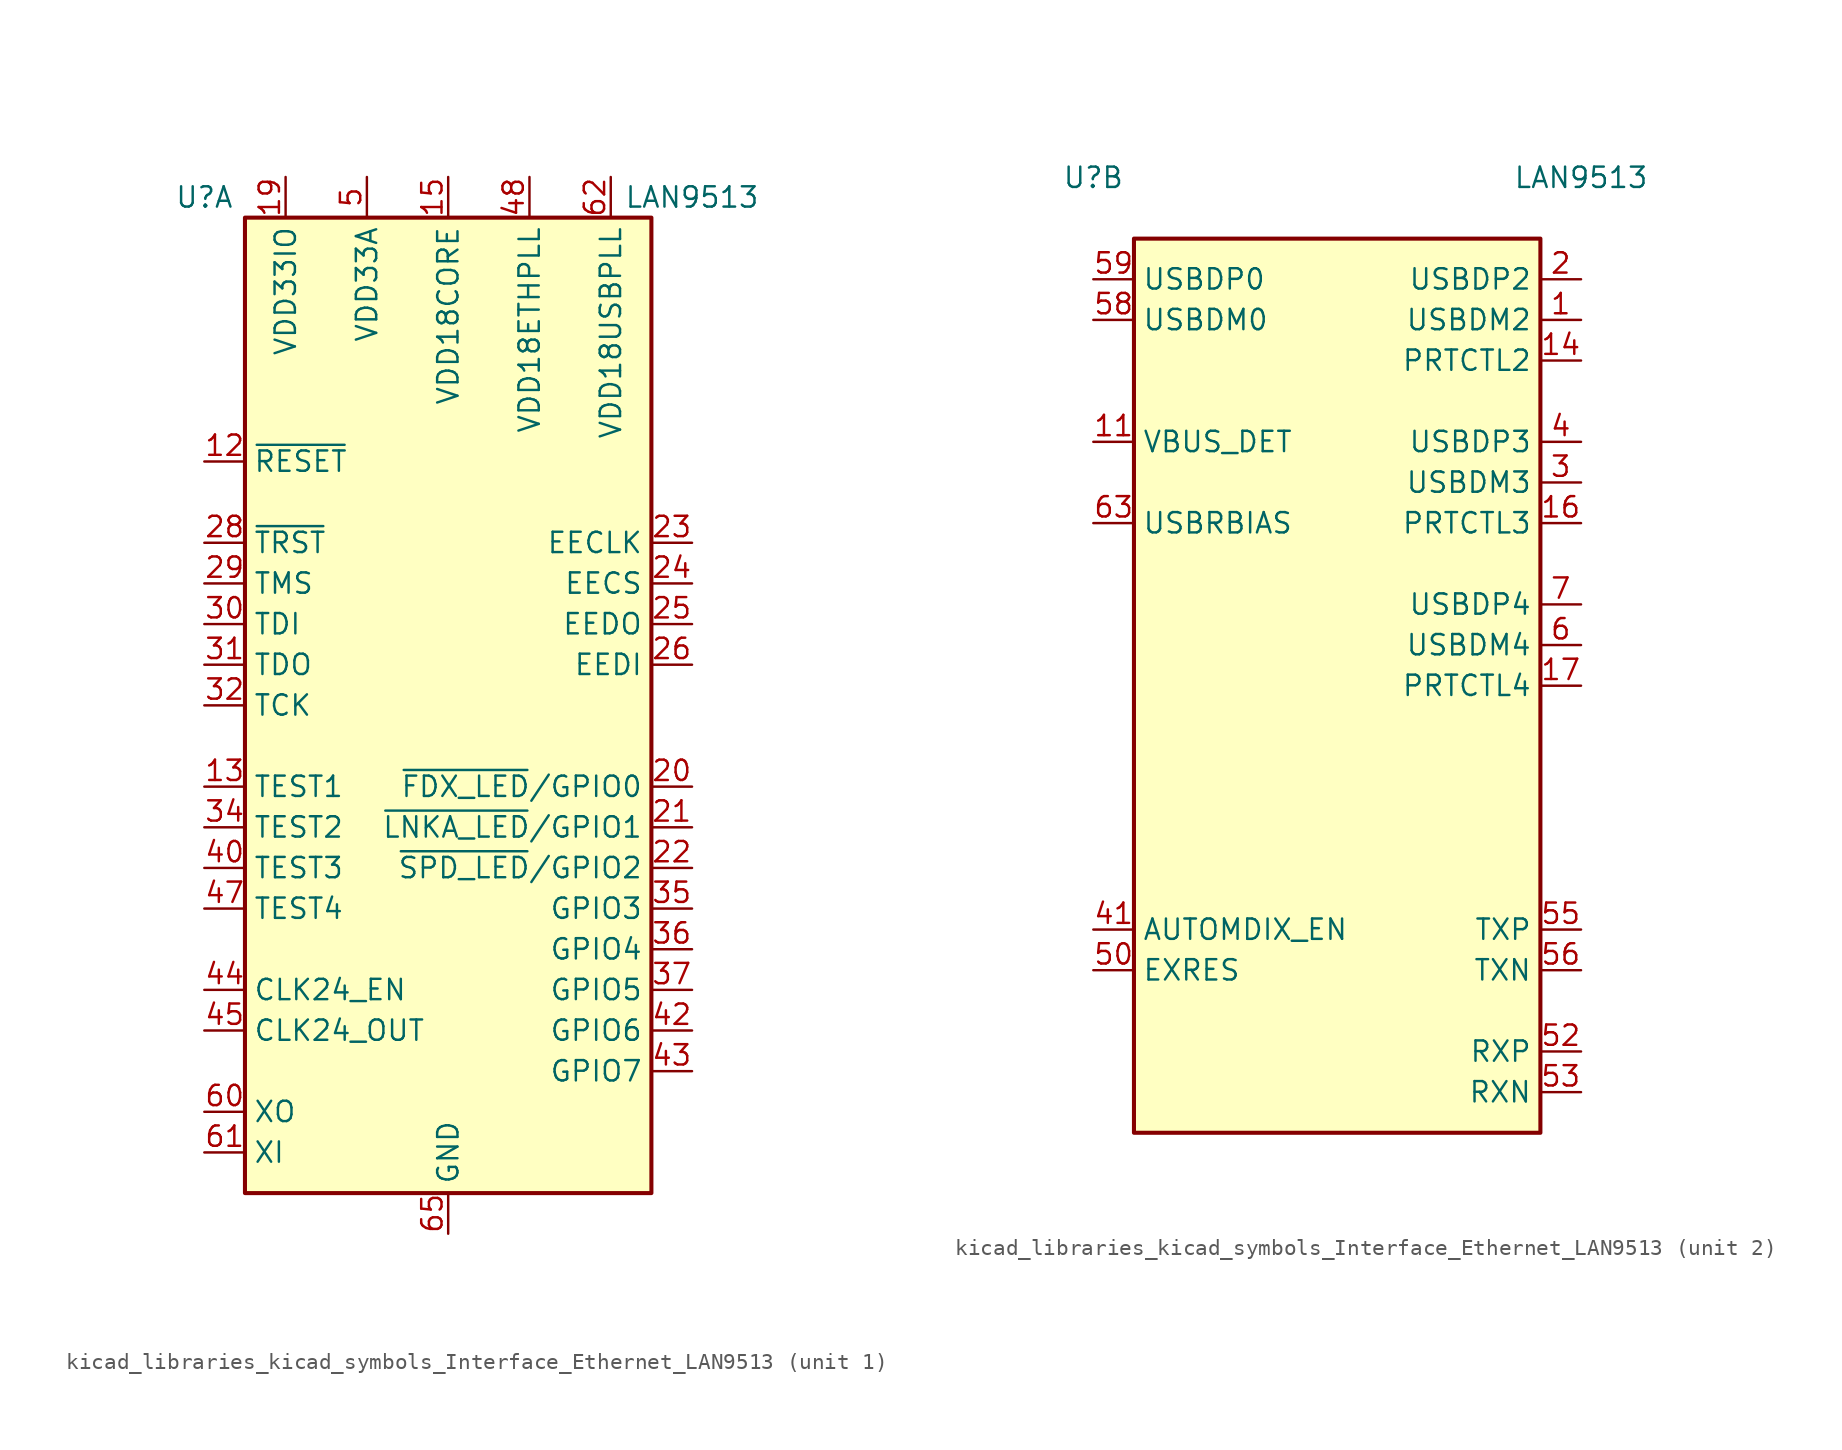
<source format=kicad_sym>
(kicad_symbol_lib
  (version 20220914)
  (generator kicad_symbol_editor)
  (symbol "kicad_libraries_kicad_symbols_Interface_Ethernet_LAN9513"
    (property "Reference" "U"
      (at -15.24 31.75 0)
      (effects (font (size 1.27 1.27))))
    (property "Value" "LAN9513"
      (at 15.24 31.75 0)
      (effects (font (size 1.27 1.27))))
    (property "ki_locked" ""
      (at 0 0 0)
      (effects (font (size 1.27 1.27))))
    (symbol "kicad_libraries_kicad_symbols_Interface_Ethernet_LAN9513_1_1"
      (rectangle (start -12.7 30.48) (end 12.7 -30.48) (stroke (width 0.254) (type default)) (fill (type background)))
      (pin passive line (at -5.08 33.02 270) (length 2.54) hide (name "VDD33A" (effects (font (size 1.27 1.27)))) (number "10" (effects (font (size 1.27 1.27)))))
      (pin input line (at -15.24 15.24 0) (length 2.54) (name "~{RESET}" (effects (font (size 1.27 1.27)))) (number "12" (effects (font (size 1.27 1.27)))))
      (pin input line (at -15.24 -5.08 0) (length 2.54) (name "TEST1" (effects (font (size 1.27 1.27)))) (number "13" (effects (font (size 1.27 1.27)))))
      (pin power_in line (at 0 33.02 270) (length 2.54) (name "VDD18CORE" (effects (font (size 1.27 1.27)))) (number "15" (effects (font (size 1.27 1.27)))))
      (pin power_in line (at -10.16 33.02 270) (length 2.54) (name "VDD33IO" (effects (font (size 1.27 1.27)))) (number "19" (effects (font (size 1.27 1.27)))))
      (pin bidirectional line (at 15.24 -5.08 180) (length 2.54) (name "~{FDX_LED}/GPIO0" (effects (font (size 1.27 1.27)))) (number "20" (effects (font (size 1.27 1.27)))))
      (pin bidirectional line (at 15.24 -7.62 180) (length 2.54) (name "~{LNKA_LED}/GPIO1" (effects (font (size 1.27 1.27)))) (number "21" (effects (font (size 1.27 1.27)))))
      (pin bidirectional line (at 15.24 -10.16 180) (length 2.54) (name "~{SPD_LED}/GPIO2" (effects (font (size 1.27 1.27)))) (number "22" (effects (font (size 1.27 1.27)))))
      (pin output line (at 15.24 10.16 180) (length 2.54) (name "EECLK" (effects (font (size 1.27 1.27)))) (number "23" (effects (font (size 1.27 1.27)))))
      (pin output line (at 15.24 7.62 180) (length 2.54) (name "EECS" (effects (font (size 1.27 1.27)))) (number "24" (effects (font (size 1.27 1.27)))))
      (pin output line (at 15.24 5.08 180) (length 2.54) (name "EEDO" (effects (font (size 1.27 1.27)))) (number "25" (effects (font (size 1.27 1.27)))))
      (pin input line (at 15.24 2.54 180) (length 2.54) (name "EEDI" (effects (font (size 1.27 1.27)))) (number "26" (effects (font (size 1.27 1.27)))))
      (pin passive line (at -10.16 33.02 270) (length 2.54) hide (name "VDD33IO" (effects (font (size 1.27 1.27)))) (number "27" (effects (font (size 1.27 1.27)))))
      (pin input line (at -15.24 10.16 0) (length 2.54) (name "~{TRST}" (effects (font (size 1.27 1.27)))) (number "28" (effects (font (size 1.27 1.27)))))
      (pin input line (at -15.24 7.62 0) (length 2.54) (name "TMS" (effects (font (size 1.27 1.27)))) (number "29" (effects (font (size 1.27 1.27)))))
      (pin input line (at -15.24 5.08 0) (length 2.54) (name "TDI" (effects (font (size 1.27 1.27)))) (number "30" (effects (font (size 1.27 1.27)))))
      (pin output line (at -15.24 2.54 0) (length 2.54) (name "TDO" (effects (font (size 1.27 1.27)))) (number "31" (effects (font (size 1.27 1.27)))))
      (pin input line (at -15.24 0 0) (length 2.54) (name "TCK" (effects (font (size 1.27 1.27)))) (number "32" (effects (font (size 1.27 1.27)))))
      (pin passive line (at -10.16 33.02 270) (length 2.54) hide (name "VDD33IO" (effects (font (size 1.27 1.27)))) (number "33" (effects (font (size 1.27 1.27)))))
      (pin input line (at -15.24 -7.62 0) (length 2.54) (name "TEST2" (effects (font (size 1.27 1.27)))) (number "34" (effects (font (size 1.27 1.27)))))
      (pin bidirectional line (at 15.24 -12.7 180) (length 2.54) (name "GPIO3" (effects (font (size 1.27 1.27)))) (number "35" (effects (font (size 1.27 1.27)))))
      (pin bidirectional line (at 15.24 -15.24 180) (length 2.54) (name "GPIO4" (effects (font (size 1.27 1.27)))) (number "36" (effects (font (size 1.27 1.27)))))
      (pin bidirectional line (at 15.24 -17.78 180) (length 2.54) (name "GPIO5" (effects (font (size 1.27 1.27)))) (number "37" (effects (font (size 1.27 1.27)))))
      (pin passive line (at 0 33.02 270) (length 2.54) hide (name "VDD18CORE" (effects (font (size 1.27 1.27)))) (number "38" (effects (font (size 1.27 1.27)))))
      (pin passive line (at -10.16 33.02 270) (length 2.54) hide (name "VDD33IO" (effects (font (size 1.27 1.27)))) (number "39" (effects (font (size 1.27 1.27)))))
      (pin input line (at -15.24 -10.16 0) (length 2.54) (name "TEST3" (effects (font (size 1.27 1.27)))) (number "40" (effects (font (size 1.27 1.27)))))
      (pin bidirectional line (at 15.24 -20.32 180) (length 2.54) (name "GPIO6" (effects (font (size 1.27 1.27)))) (number "42" (effects (font (size 1.27 1.27)))))
      (pin bidirectional line (at 15.24 -22.86 180) (length 2.54) (name "GPIO7" (effects (font (size 1.27 1.27)))) (number "43" (effects (font (size 1.27 1.27)))))
      (pin input line (at -15.24 -17.78 0) (length 2.54) (name "CLK24_EN" (effects (font (size 1.27 1.27)))) (number "44" (effects (font (size 1.27 1.27)))))
      (pin output line (at -15.24 -20.32 0) (length 2.54) (name "CLK24_OUT" (effects (font (size 1.27 1.27)))) (number "45" (effects (font (size 1.27 1.27)))))
      (pin passive line (at -10.16 33.02 270) (length 2.54) hide (name "VDD33IO" (effects (font (size 1.27 1.27)))) (number "46" (effects (font (size 1.27 1.27)))))
      (pin input line (at -15.24 -12.7 0) (length 2.54) (name "TEST4" (effects (font (size 1.27 1.27)))) (number "47" (effects (font (size 1.27 1.27)))))
      (pin power_in line (at 5.08 33.02 270) (length 2.54) (name "VDD18ETHPLL" (effects (font (size 1.27 1.27)))) (number "48" (effects (font (size 1.27 1.27)))))
      (pin passive line (at -5.08 33.02 270) (length 2.54) hide (name "VDD33A" (effects (font (size 1.27 1.27)))) (number "49" (effects (font (size 1.27 1.27)))))
      (pin power_in line (at -5.08 33.02 270) (length 2.54) (name "VDD33A" (effects (font (size 1.27 1.27)))) (number "5" (effects (font (size 1.27 1.27)))))
      (pin passive line (at -5.08 33.02 270) (length 2.54) hide (name "VDD33A" (effects (font (size 1.27 1.27)))) (number "51" (effects (font (size 1.27 1.27)))))
      (pin passive line (at -5.08 33.02 270) (length 2.54) hide (name "VDD33A" (effects (font (size 1.27 1.27)))) (number "54" (effects (font (size 1.27 1.27)))))
      (pin passive line (at -5.08 33.02 270) (length 2.54) hide (name "VDD33A" (effects (font (size 1.27 1.27)))) (number "57" (effects (font (size 1.27 1.27)))))
      (pin input line (at -15.24 -25.4 0) (length 2.54) (name "XO" (effects (font (size 1.27 1.27)))) (number "60" (effects (font (size 1.27 1.27)))))
      (pin input line (at -15.24 -27.94 0) (length 2.54) (name "XI" (effects (font (size 1.27 1.27)))) (number "61" (effects (font (size 1.27 1.27)))))
      (pin power_in line (at 10.16 33.02 270) (length 2.54) (name "VDD18USBPLL" (effects (font (size 1.27 1.27)))) (number "62" (effects (font (size 1.27 1.27)))))
      (pin passive line (at -5.08 33.02 270) (length 2.54) hide (name "VDD33A" (effects (font (size 1.27 1.27)))) (number "64" (effects (font (size 1.27 1.27)))))
      (pin power_in line (at 0 -33.02 90) (length 2.54) (name "GND" (effects (font (size 1.27 1.27)))) (number "65" (effects (font (size 1.27 1.27))))))
    (symbol "kicad_libraries_kicad_symbols_Interface_Ethernet_LAN9513_2_1"
      (rectangle (start 12.7 -27.94) (end -12.7 27.94) (stroke (width 0.254) (type default)) (fill (type background)))
      (pin bidirectional line (at 15.24 22.86 180) (length 2.54) (name "USBDM2" (effects (font (size 1.27 1.27)))) (number "1" (effects (font (size 1.27 1.27)))))
      (pin input line (at -15.24 15.24 0) (length 2.54) (name "VBUS_DET" (effects (font (size 1.27 1.27)))) (number "11" (effects (font (size 1.27 1.27)))))
      (pin bidirectional line (at 15.24 20.32 180) (length 2.54) (name "PRTCTL2" (effects (font (size 1.27 1.27)))) (number "14" (effects (font (size 1.27 1.27)))))
      (pin bidirectional line (at 15.24 10.16 180) (length 2.54) (name "PRTCTL3" (effects (font (size 1.27 1.27)))) (number "16" (effects (font (size 1.27 1.27)))))
      (pin bidirectional line (at 15.24 0 180) (length 2.54) (name "PRTCTL4" (effects (font (size 1.27 1.27)))) (number "17" (effects (font (size 1.27 1.27)))))
      (pin no_connect line (at 12.7 -10.16 180) (length 2.54) hide (name "NC" (effects (font (size 1.27 1.27)))) (number "18" (effects (font (size 1.27 1.27)))))
      (pin bidirectional line (at 15.24 25.4 180) (length 2.54) (name "USBDP2" (effects (font (size 1.27 1.27)))) (number "2" (effects (font (size 1.27 1.27)))))
      (pin bidirectional line (at 15.24 12.7 180) (length 2.54) (name "USBDM3" (effects (font (size 1.27 1.27)))) (number "3" (effects (font (size 1.27 1.27)))))
      (pin bidirectional line (at 15.24 15.24 180) (length 2.54) (name "USBDP3" (effects (font (size 1.27 1.27)))) (number "4" (effects (font (size 1.27 1.27)))))
      (pin input line (at -15.24 -15.24 0) (length 2.54) (name "AUTOMDIX_EN" (effects (font (size 1.27 1.27)))) (number "41" (effects (font (size 1.27 1.27)))))
      (pin input line (at -15.24 -17.78 0) (length 2.54) (name "EXRES" (effects (font (size 1.27 1.27)))) (number "50" (effects (font (size 1.27 1.27)))))
      (pin input line (at 15.24 -22.86 180) (length 2.54) (name "RXP" (effects (font (size 1.27 1.27)))) (number "52" (effects (font (size 1.27 1.27)))))
      (pin input line (at 15.24 -25.4 180) (length 2.54) (name "RXN" (effects (font (size 1.27 1.27)))) (number "53" (effects (font (size 1.27 1.27)))))
      (pin output line (at 15.24 -15.24 180) (length 2.54) (name "TXP" (effects (font (size 1.27 1.27)))) (number "55" (effects (font (size 1.27 1.27)))))
      (pin output line (at 15.24 -17.78 180) (length 2.54) (name "TXN" (effects (font (size 1.27 1.27)))) (number "56" (effects (font (size 1.27 1.27)))))
      (pin bidirectional line (at -15.24 22.86 0) (length 2.54) (name "USBDM0" (effects (font (size 1.27 1.27)))) (number "58" (effects (font (size 1.27 1.27)))))
      (pin bidirectional line (at -15.24 25.4 0) (length 2.54) (name "USBDP0" (effects (font (size 1.27 1.27)))) (number "59" (effects (font (size 1.27 1.27)))))
      (pin bidirectional line (at 15.24 2.54 180) (length 2.54) (name "USBDM4" (effects (font (size 1.27 1.27)))) (number "6" (effects (font (size 1.27 1.27)))))
      (pin input line (at -15.24 10.16 0) (length 2.54) (name "USBRBIAS" (effects (font (size 1.27 1.27)))) (number "63" (effects (font (size 1.27 1.27)))))
      (pin bidirectional line (at 15.24 5.08 180) (length 2.54) (name "USBDP4" (effects (font (size 1.27 1.27)))) (number "7" (effects (font (size 1.27 1.27)))))
      (pin no_connect line (at 12.7 -7.62 180) (length 2.54) hide (name "NC" (effects (font (size 1.27 1.27)))) (number "8" (effects (font (size 1.27 1.27)))))
      (pin no_connect line (at 12.7 -5.08 180) (length 2.54) hide (name "NC" (effects (font (size 1.27 1.27)))) (number "9" (effects (font (size 1.27 1.27))))))))
</source>
